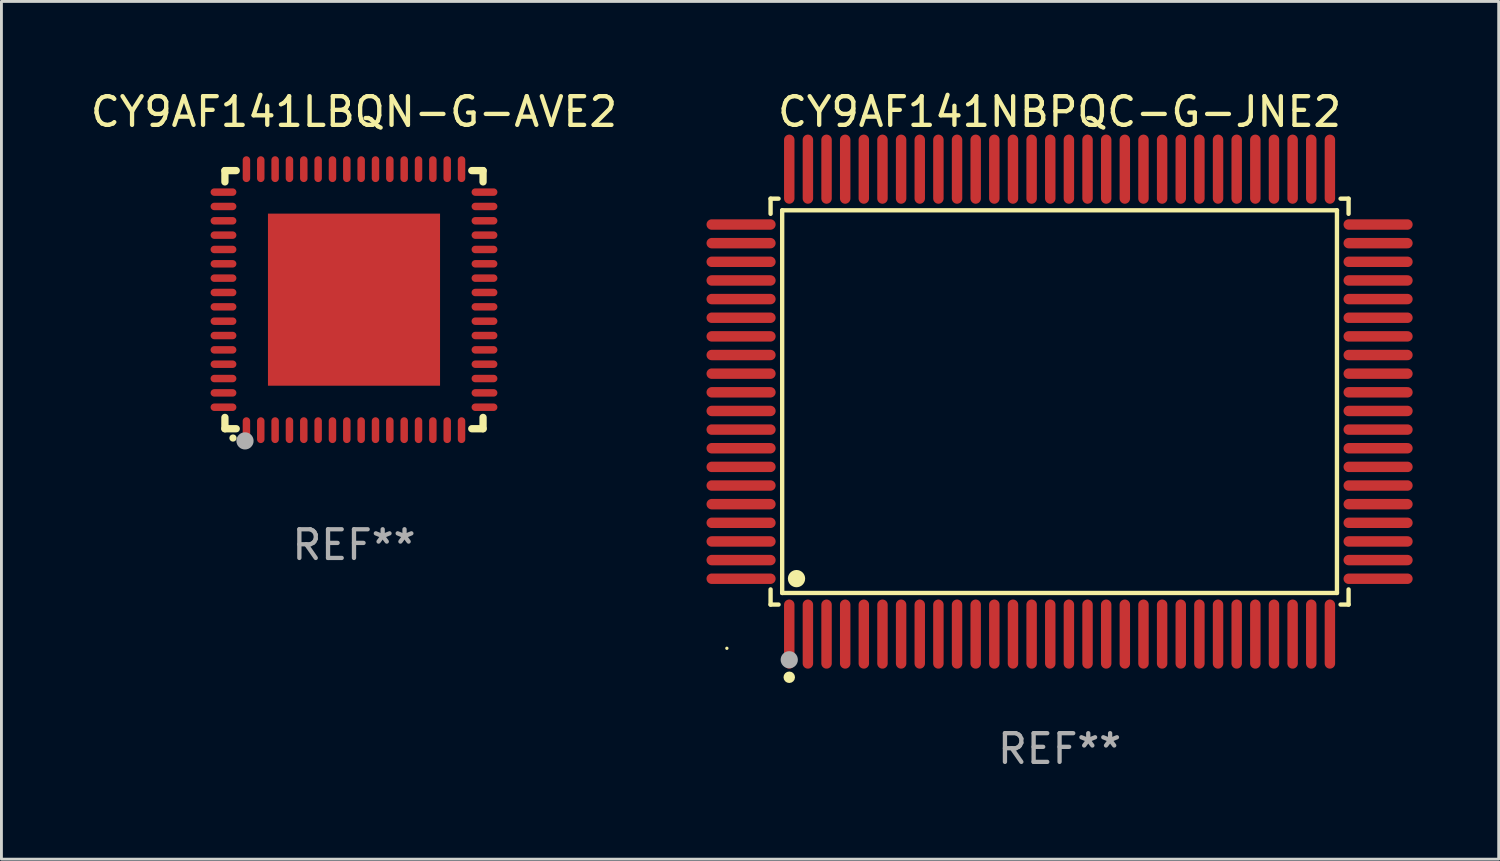
<source format=kicad_pcb>
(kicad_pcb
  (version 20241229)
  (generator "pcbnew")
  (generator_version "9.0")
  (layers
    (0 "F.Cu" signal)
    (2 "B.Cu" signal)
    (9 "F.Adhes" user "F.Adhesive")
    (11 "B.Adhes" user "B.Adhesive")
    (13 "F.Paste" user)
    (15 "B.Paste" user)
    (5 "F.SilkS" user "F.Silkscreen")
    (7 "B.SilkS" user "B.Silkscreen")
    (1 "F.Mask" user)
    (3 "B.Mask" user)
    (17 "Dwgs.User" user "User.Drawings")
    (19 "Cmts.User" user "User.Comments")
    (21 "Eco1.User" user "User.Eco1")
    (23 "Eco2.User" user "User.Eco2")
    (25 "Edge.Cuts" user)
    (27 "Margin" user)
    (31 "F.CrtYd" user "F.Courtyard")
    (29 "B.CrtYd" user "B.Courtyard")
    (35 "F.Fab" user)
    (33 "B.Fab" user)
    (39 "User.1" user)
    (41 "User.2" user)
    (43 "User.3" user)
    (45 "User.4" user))
  (footprint "CY9AF141LBQN-G-AVE2"
    (layer "F.Cu")
    (at 9.292 7.398)
    (property "Reference" "CY9AF141LBQN-G-AVE2" (at 0 -6.55 0) (layer "F.SilkS") (effects (font (size 1 1) (thickness 0.15))))
    (attr through_hole)
    (fp_line (start -4.5 -4.5) (end -4.106 -4.5) (stroke (width 0.254) (type solid)) (layer "F.SilkS"))
    (fp_line (start -4.5 -4.106) (end -4.5 -4.5) (stroke (width 0.254) (type solid)) (layer "F.SilkS"))
    (fp_line (start -4.5 4.5) (end -4.5 4.106) (stroke (width 0.254) (type solid)) (layer "F.SilkS"))
    (fp_line (start -4.106 4.5) (end -4.5 4.5) (stroke (width 0.254) (type solid)) (layer "F.SilkS"))
    (fp_line (start 4.106 -4.5) (end 4.5 -4.5) (stroke (width 0.254) (type solid)) (layer "F.SilkS"))
    (fp_line (start 4.5 -4.5) (end 4.5 -4.106) (stroke (width 0.254) (type solid)) (layer "F.SilkS"))
    (fp_line (start 4.5 4.106) (end 4.5 4.5) (stroke (width 0.254) (type solid)) (layer "F.SilkS"))
    (fp_line (start 4.5 4.5) (end 4.106 4.5) (stroke (width 0.254) (type solid)) (layer "F.SilkS"))
    (fp_arc (start -4.220041 4.824308) (mid -4.218771 4.824302) (end -4.217501 4.824308) (stroke (width 0.24892) (type solid)) (layer "F.SilkS"))
    (fp_circle (center -4.5 4.5) (end -4.47 4.5) (stroke (width 0.06) (type solid)) (fill no) (layer "F.SilkS"))
    (fp_circle (center -3.8 4.924) (end -3.65 4.924) (stroke (width 0.3) (type solid)) (fill no) (layer "F.Fab"))
    (fp_text user "REF**" (at 0 8.55 0) (layer "F.Fab") (effects (font (size 1 1) (thickness 0.15))))
    (pad "1" smd oval (at -3.75 4.55 90) (size 0.9 0.26) (layers "F.Cu" "F.Mask" "F.Paste"))
    (pad "2" smd oval (at -3.25 4.55 90) (size 0.9 0.26) (layers "F.Cu" "F.Mask" "F.Paste"))
    (pad "3" smd oval (at -2.75 4.55 90) (size 0.9 0.26) (layers "F.Cu" "F.Mask" "F.Paste"))
    (pad "4" smd oval (at -2.25 4.55 90) (size 0.9 0.26) (layers "F.Cu" "F.Mask" "F.Paste"))
    (pad "5" smd oval (at -1.75 4.55 90) (size 0.9 0.26) (layers "F.Cu" "F.Mask" "F.Paste"))
    (pad "6" smd oval (at -1.25 4.55 90) (size 0.9 0.26) (layers "F.Cu" "F.Mask" "F.Paste"))
    (pad "7" smd oval (at -0.75 4.55 90) (size 0.9 0.26) (layers "F.Cu" "F.Mask" "F.Paste"))
    (pad "8" smd oval (at -0.25 4.55 90) (size 0.9 0.26) (layers "F.Cu" "F.Mask" "F.Paste"))
    (pad "9" smd oval (at 0.25 4.55 90) (size 0.9 0.26) (layers "F.Cu" "F.Mask" "F.Paste"))
    (pad "10" smd oval (at 0.75 4.55 90) (size 0.9 0.26) (layers "F.Cu" "F.Mask" "F.Paste"))
    (pad "11" smd oval (at 1.25 4.55 90) (size 0.9 0.26) (layers "F.Cu" "F.Mask" "F.Paste"))
    (pad "12" smd oval (at 1.75 4.55 90) (size 0.9 0.26) (layers "F.Cu" "F.Mask" "F.Paste"))
    (pad "13" smd oval (at 2.25 4.55 90) (size 0.9 0.26) (layers "F.Cu" "F.Mask" "F.Paste"))
    (pad "14" smd oval (at 2.75 4.55 90) (size 0.9 0.26) (layers "F.Cu" "F.Mask" "F.Paste"))
    (pad "15" smd oval (at 3.25 4.55 90) (size 0.9 0.26) (layers "F.Cu" "F.Mask" "F.Paste"))
    (pad "16" smd oval (at 3.75 4.55 90) (size 0.9 0.26) (layers "F.Cu" "F.Mask" "F.Paste"))
    (pad "17" smd oval (at 4.55 3.75 90) (size 0.26 0.9) (layers "F.Cu" "F.Mask" "F.Paste"))
    (pad "18" smd oval (at 4.55 3.25 90) (size 0.26 0.9) (layers "F.Cu" "F.Mask" "F.Paste"))
    (pad "19" smd oval (at 4.55 2.75 90) (size 0.26 0.9) (layers "F.Cu" "F.Mask" "F.Paste"))
    (pad "20" smd oval (at 4.55 2.25 90) (size 0.26 0.9) (layers "F.Cu" "F.Mask" "F.Paste"))
    (pad "21" smd oval (at 4.55 1.75 90) (size 0.26 0.9) (layers "F.Cu" "F.Mask" "F.Paste"))
    (pad "22" smd oval (at 4.55 1.25 90) (size 0.26 0.9) (layers "F.Cu" "F.Mask" "F.Paste"))
    (pad "23" smd oval (at 4.55 0.75 90) (size 0.26 0.9) (layers "F.Cu" "F.Mask" "F.Paste"))
    (pad "24" smd oval (at 4.55 0.25 90) (size 0.26 0.9) (layers "F.Cu" "F.Mask" "F.Paste"))
    (pad "25" smd oval (at 4.55 -0.25 90) (size 0.26 0.9) (layers "F.Cu" "F.Mask" "F.Paste"))
    (pad "26" smd oval (at 4.55 -0.75 90) (size 0.26 0.9) (layers "F.Cu" "F.Mask" "F.Paste"))
    (pad "27" smd oval (at 4.55 -1.25 90) (size 0.26 0.9) (layers "F.Cu" "F.Mask" "F.Paste"))
    (pad "28" smd oval (at 4.55 -1.75 90) (size 0.26 0.9) (layers "F.Cu" "F.Mask" "F.Paste"))
    (pad "29" smd oval (at 4.55 -2.25 90) (size 0.26 0.9) (layers "F.Cu" "F.Mask" "F.Paste"))
    (pad "30" smd oval (at 4.55 -2.75 90) (size 0.26 0.9) (layers "F.Cu" "F.Mask" "F.Paste"))
    (pad "31" smd oval (at 4.55 -3.25 90) (size 0.26 0.9) (layers "F.Cu" "F.Mask" "F.Paste"))
    (pad "32" smd oval (at 4.55 -3.75 90) (size 0.26 0.9) (layers "F.Cu" "F.Mask" "F.Paste"))
    (pad "33" smd oval (at 3.75 -4.55 90) (size 0.9 0.26) (layers "F.Cu" "F.Mask" "F.Paste"))
    (pad "34" smd oval (at 3.25 -4.55 90) (size 0.9 0.26) (layers "F.Cu" "F.Mask" "F.Paste"))
    (pad "35" smd oval (at 2.75 -4.55 90) (size 0.9 0.26) (layers "F.Cu" "F.Mask" "F.Paste"))
    (pad "36" smd oval (at 2.25 -4.55 90) (size 0.9 0.26) (layers "F.Cu" "F.Mask" "F.Paste"))
    (pad "37" smd oval (at 1.75 -4.55 90) (size 0.9 0.26) (layers "F.Cu" "F.Mask" "F.Paste"))
    (pad "38" smd oval (at 1.25 -4.55 90) (size 0.9 0.26) (layers "F.Cu" "F.Mask" "F.Paste"))
    (pad "39" smd oval (at 0.75 -4.55 90) (size 0.9 0.26) (layers "F.Cu" "F.Mask" "F.Paste"))
    (pad "40" smd oval (at 0.25 -4.55 90) (size 0.9 0.26) (layers "F.Cu" "F.Mask" "F.Paste"))
    (pad "41" smd oval (at -0.25 -4.55 90) (size 0.9 0.26) (layers "F.Cu" "F.Mask" "F.Paste"))
    (pad "42" smd oval (at -0.75 -4.55 90) (size 0.9 0.26) (layers "F.Cu" "F.Mask" "F.Paste"))
    (pad "43" smd oval (at -1.25 -4.55 90) (size 0.9 0.26) (layers "F.Cu" "F.Mask" "F.Paste"))
    (pad "44" smd oval (at -1.75 -4.55 90) (size 0.9 0.26) (layers "F.Cu" "F.Mask" "F.Paste"))
    (pad "45" smd oval (at -2.25 -4.55 90) (size 0.9 0.26) (layers "F.Cu" "F.Mask" "F.Paste"))
    (pad "46" smd oval (at -2.75 -4.55 90) (size 0.9 0.26) (layers "F.Cu" "F.Mask" "F.Paste"))
    (pad "47" smd oval (at -3.25 -4.55 90) (size 0.9 0.26) (layers "F.Cu" "F.Mask" "F.Paste"))
    (pad "48" smd oval (at -3.75 -4.55 90) (size 0.9 0.26) (layers "F.Cu" "F.Mask" "F.Paste"))
    (pad "49" smd oval (at -4.55 -3.75 90) (size 0.26 0.9) (layers "F.Cu" "F.Mask" "F.Paste"))
    (pad "50" smd oval (at -4.55 -3.25 90) (size 0.26 0.9) (layers "F.Cu" "F.Mask" "F.Paste"))
    (pad "51" smd oval (at -4.55 -2.75 90) (size 0.26 0.9) (layers "F.Cu" "F.Mask" "F.Paste"))
    (pad "52" smd oval (at -4.55 -2.25 90) (size 0.26 0.9) (layers "F.Cu" "F.Mask" "F.Paste"))
    (pad "53" smd oval (at -4.55 -1.75 90) (size 0.26 0.9) (layers "F.Cu" "F.Mask" "F.Paste"))
    (pad "54" smd oval (at -4.55 -1.25 90) (size 0.26 0.9) (layers "F.Cu" "F.Mask" "F.Paste"))
    (pad "55" smd oval (at -4.55 -0.75 90) (size 0.26 0.9) (layers "F.Cu" "F.Mask" "F.Paste"))
    (pad "56" smd oval (at -4.55 -0.25 90) (size 0.26 0.9) (layers "F.Cu" "F.Mask" "F.Paste"))
    (pad "57" smd oval (at -4.55 0.25 90) (size 0.26 0.9) (layers "F.Cu" "F.Mask" "F.Paste"))
    (pad "58" smd oval (at -4.55 0.75 90) (size 0.26 0.9) (layers "F.Cu" "F.Mask" "F.Paste"))
    (pad "59" smd oval (at -4.55 1.25 90) (size 0.26 0.9) (layers "F.Cu" "F.Mask" "F.Paste"))
    (pad "60" smd oval (at -4.55 1.75 90) (size 0.26 0.9) (layers "F.Cu" "F.Mask" "F.Paste"))
    (pad "61" smd oval (at -4.55 2.25 90) (size 0.26 0.9) (layers "F.Cu" "F.Mask" "F.Paste"))
    (pad "62" smd oval (at -4.55 2.75 90) (size 0.26 0.9) (layers "F.Cu" "F.Mask" "F.Paste"))
    (pad "63" smd oval (at -4.55 3.25 90) (size 0.26 0.9) (layers "F.Cu" "F.Mask" "F.Paste"))
    (pad "64" smd oval (at -4.55 3.75 90) (size 0.26 0.9) (layers "F.Cu" "F.Mask" "F.Paste"))
    (pad "65" smd rect (at 0.000381 0 90) (size 6 6) (layers "F.Cu" "F.Mask" "F.Paste")))
  (footprint "CY9AF141NBPQC-G-JNE2"
    (layer "F.Cu")
    (at 33.893 10.953)
    (property "Reference" "CY9AF141NBPQC-G-JNE2" (at 0 -10.105 0) (layer "F.SilkS") (effects (font (size 1 1) (thickness 0.15))))
    (attr through_hole)
    (fp_line (start -10.076 -7.076) (end -9.798 -7.076) (stroke (width 0.152) (type solid)) (layer "F.SilkS"))
    (fp_line (start -10.076 -6.548) (end -10.076 -7.076) (stroke (width 0.152) (type solid)) (layer "F.SilkS"))
    (fp_line (start -10.076 6.548) (end -10.076 7.076) (stroke (width 0.152) (type solid)) (layer "F.SilkS"))
    (fp_line (start -10.076 7.076) (end -9.798 7.076) (stroke (width 0.152) (type solid)) (layer "F.SilkS"))
    (fp_line (start -9.672 -6.671) (end 9.671 -6.671) (stroke (width 0.152) (type solid)) (layer "F.SilkS"))
    (fp_line (start -9.672 6.671) (end -9.672 -6.671) (stroke (width 0.152) (type solid)) (layer "F.SilkS"))
    (fp_line (start 9.671 -6.671) (end 9.671 6.671) (stroke (width 0.152) (type solid)) (layer "F.SilkS"))
    (fp_line (start 9.671 6.671) (end -9.672 6.671) (stroke (width 0.152) (type solid)) (layer "F.SilkS"))
    (fp_line (start 10.076 -7.076) (end 9.797 -7.076) (stroke (width 0.152) (type solid)) (layer "F.SilkS"))
    (fp_line (start 10.076 -6.548) (end 10.076 -7.076) (stroke (width 0.152) (type solid)) (layer "F.SilkS"))
    (fp_line (start 10.076 6.548) (end 10.076 7.076) (stroke (width 0.152) (type solid)) (layer "F.SilkS"))
    (fp_line (start 10.076 7.076) (end 9.797 7.076) (stroke (width 0.152) (type solid)) (layer "F.SilkS"))
    (fp_circle (center -11.6 8.6) (end -11.57 8.6) (stroke (width 0.06) (type solid)) (fill no) (layer "F.SilkS"))
    (fp_circle (center -9.425 9.61) (end -9.325 9.61) (stroke (width 0.2) (type solid)) (fill no) (layer "F.SilkS"))
    (fp_circle (center -9.172 6.171) (end -9.021 6.171) (stroke (width 0.3) (type solid)) (fill no) (layer "F.SilkS"))
    (fp_circle (center -9.425 9) (end -9.275 9) (stroke (width 0.3) (type solid)) (fill no) (layer "F.Fab"))
    (fp_text user "REF**" (at 0 12.105 0) (layer "F.Fab") (effects (font (size 1 1) (thickness 0.15))))
    (pad "1" smd oval (at -9.425 8.105) (size 0.364 2.41) (layers "F.Cu" "F.Mask" "F.Paste"))
    (pad "2" smd oval (at -8.775 8.105) (size 0.364 2.41) (layers "F.Cu" "F.Mask" "F.Paste"))
    (pad "3" smd oval (at -8.125 8.105) (size 0.364 2.41) (layers "F.Cu" "F.Mask" "F.Paste"))
    (pad "4" smd oval (at -7.475 8.105) (size 0.364 2.41) (layers "F.Cu" "F.Mask" "F.Paste"))
    (pad "5" smd oval (at -6.825 8.105) (size 0.364 2.41) (layers "F.Cu" "F.Mask" "F.Paste"))
    (pad "6" smd oval (at -6.175 8.105) (size 0.364 2.41) (layers "F.Cu" "F.Mask" "F.Paste"))
    (pad "7" smd oval (at -5.525 8.105) (size 0.364 2.41) (layers "F.Cu" "F.Mask" "F.Paste"))
    (pad "8" smd oval (at -4.875 8.105) (size 0.364 2.41) (layers "F.Cu" "F.Mask" "F.Paste"))
    (pad "9" smd oval (at -4.225 8.105) (size 0.364 2.41) (layers "F.Cu" "F.Mask" "F.Paste"))
    (pad "10" smd oval (at -3.575 8.105) (size 0.364 2.41) (layers "F.Cu" "F.Mask" "F.Paste"))
    (pad "11" smd oval (at -2.925 8.105) (size 0.364 2.41) (layers "F.Cu" "F.Mask" "F.Paste"))
    (pad "12" smd oval (at -2.275 8.105) (size 0.364 2.41) (layers "F.Cu" "F.Mask" "F.Paste"))
    (pad "13" smd oval (at -1.625 8.105) (size 0.364 2.41) (layers "F.Cu" "F.Mask" "F.Paste"))
    (pad "14" smd oval (at -0.975 8.105) (size 0.364 2.41) (layers "F.Cu" "F.Mask" "F.Paste"))
    (pad "15" smd oval (at -0.325 8.105) (size 0.364 2.41) (layers "F.Cu" "F.Mask" "F.Paste"))
    (pad "16" smd oval (at 0.325 8.105) (size 0.364 2.41) (layers "F.Cu" "F.Mask" "F.Paste"))
    (pad "17" smd oval (at 0.975 8.105) (size 0.364 2.41) (layers "F.Cu" "F.Mask" "F.Paste"))
    (pad "18" smd oval (at 1.625 8.105) (size 0.364 2.41) (layers "F.Cu" "F.Mask" "F.Paste"))
    (pad "19" smd oval (at 2.275 8.105) (size 0.364 2.41) (layers "F.Cu" "F.Mask" "F.Paste"))
    (pad "20" smd oval (at 2.925 8.105) (size 0.364 2.41) (layers "F.Cu" "F.Mask" "F.Paste"))
    (pad "21" smd oval (at 3.575 8.105) (size 0.364 2.41) (layers "F.Cu" "F.Mask" "F.Paste"))
    (pad "22" smd oval (at 4.225 8.105) (size 0.364 2.41) (layers "F.Cu" "F.Mask" "F.Paste"))
    (pad "23" smd oval (at 4.875 8.105) (size 0.364 2.41) (layers "F.Cu" "F.Mask" "F.Paste"))
    (pad "24" smd oval (at 5.525 8.105) (size 0.364 2.41) (layers "F.Cu" "F.Mask" "F.Paste"))
    (pad "25" smd oval (at 6.175 8.105) (size 0.364 2.41) (layers "F.Cu" "F.Mask" "F.Paste"))
    (pad "26" smd oval (at 6.825 8.105) (size 0.364 2.41) (layers "F.Cu" "F.Mask" "F.Paste"))
    (pad "27" smd oval (at 7.475 8.105) (size 0.364 2.41) (layers "F.Cu" "F.Mask" "F.Paste"))
    (pad "28" smd oval (at 8.125 8.105) (size 0.364 2.41) (layers "F.Cu" "F.Mask" "F.Paste"))
    (pad "29" smd oval (at 8.775 8.105) (size 0.364 2.41) (layers "F.Cu" "F.Mask" "F.Paste"))
    (pad "30" smd oval (at 9.425 8.105) (size 0.364 2.41) (layers "F.Cu" "F.Mask" "F.Paste"))
    (pad "31" smd oval (at 11.105 6.175) (size 2.41 0.364) (layers "F.Cu" "F.Mask" "F.Paste"))
    (pad "32" smd oval (at 11.105 5.525) (size 2.41 0.364) (layers "F.Cu" "F.Mask" "F.Paste"))
    (pad "33" smd oval (at 11.105 4.875) (size 2.41 0.364) (layers "F.Cu" "F.Mask" "F.Paste"))
    (pad "34" smd oval (at 11.105 4.225) (size 2.41 0.364) (layers "F.Cu" "F.Mask" "F.Paste"))
    (pad "35" smd oval (at 11.105 3.575) (size 2.41 0.364) (layers "F.Cu" "F.Mask" "F.Paste"))
    (pad "36" smd oval (at 11.105 2.925) (size 2.41 0.364) (layers "F.Cu" "F.Mask" "F.Paste"))
    (pad "37" smd oval (at 11.105 2.275) (size 2.41 0.364) (layers "F.Cu" "F.Mask" "F.Paste"))
    (pad "38" smd oval (at 11.105 1.625) (size 2.41 0.364) (layers "F.Cu" "F.Mask" "F.Paste"))
    (pad "39" smd oval (at 11.105 0.975) (size 2.41 0.364) (layers "F.Cu" "F.Mask" "F.Paste"))
    (pad "40" smd oval (at 11.105 0.325) (size 2.41 0.364) (layers "F.Cu" "F.Mask" "F.Paste"))
    (pad "41" smd oval (at 11.105 -0.325) (size 2.41 0.364) (layers "F.Cu" "F.Mask" "F.Paste"))
    (pad "42" smd oval (at 11.105 -0.975) (size 2.41 0.364) (layers "F.Cu" "F.Mask" "F.Paste"))
    (pad "43" smd oval (at 11.105 -1.625) (size 2.41 0.364) (layers "F.Cu" "F.Mask" "F.Paste"))
    (pad "44" smd oval (at 11.105 -2.275) (size 2.41 0.364) (layers "F.Cu" "F.Mask" "F.Paste"))
    (pad "45" smd oval (at 11.105 -2.925) (size 2.41 0.364) (layers "F.Cu" "F.Mask" "F.Paste"))
    (pad "46" smd oval (at 11.105 -3.575) (size 2.41 0.364) (layers "F.Cu" "F.Mask" "F.Paste"))
    (pad "47" smd oval (at 11.105 -4.225) (size 2.41 0.364) (layers "F.Cu" "F.Mask" "F.Paste"))
    (pad "48" smd oval (at 11.105 -4.875) (size 2.41 0.364) (layers "F.Cu" "F.Mask" "F.Paste"))
    (pad "49" smd oval (at 11.105 -5.525) (size 2.41 0.364) (layers "F.Cu" "F.Mask" "F.Paste"))
    (pad "50" smd oval (at 11.105 -6.175) (size 2.41 0.364) (layers "F.Cu" "F.Mask" "F.Paste"))
    (pad "51" smd oval (at 9.425 -8.105) (size 0.364 2.41) (layers "F.Cu" "F.Mask" "F.Paste"))
    (pad "52" smd oval (at 8.775 -8.105) (size 0.364 2.41) (layers "F.Cu" "F.Mask" "F.Paste"))
    (pad "53" smd oval (at 8.125 -8.105) (size 0.364 2.41) (layers "F.Cu" "F.Mask" "F.Paste"))
    (pad "54" smd oval (at 7.475 -8.105) (size 0.364 2.41) (layers "F.Cu" "F.Mask" "F.Paste"))
    (pad "55" smd oval (at 6.825 -8.105) (size 0.364 2.41) (layers "F.Cu" "F.Mask" "F.Paste"))
    (pad "56" smd oval (at 6.175 -8.105) (size 0.364 2.41) (layers "F.Cu" "F.Mask" "F.Paste"))
    (pad "57" smd oval (at 5.525 -8.105) (size 0.364 2.41) (layers "F.Cu" "F.Mask" "F.Paste"))
    (pad "58" smd oval (at 4.875 -8.105) (size 0.364 2.41) (layers "F.Cu" "F.Mask" "F.Paste"))
    (pad "59" smd oval (at 4.225 -8.105) (size 0.364 2.41) (layers "F.Cu" "F.Mask" "F.Paste"))
    (pad "60" smd oval (at 3.575 -8.105) (size 0.364 2.41) (layers "F.Cu" "F.Mask" "F.Paste"))
    (pad "61" smd oval (at 2.925 -8.105) (size 0.364 2.41) (layers "F.Cu" "F.Mask" "F.Paste"))
    (pad "62" smd oval (at 2.275 -8.105) (size 0.364 2.41) (layers "F.Cu" "F.Mask" "F.Paste"))
    (pad "63" smd oval (at 1.625 -8.105) (size 0.364 2.41) (layers "F.Cu" "F.Mask" "F.Paste"))
    (pad "64" smd oval (at 0.975 -8.105) (size 0.364 2.41) (layers "F.Cu" "F.Mask" "F.Paste"))
    (pad "65" smd oval (at 0.325 -8.105) (size 0.364 2.41) (layers "F.Cu" "F.Mask" "F.Paste"))
    (pad "66" smd oval (at -0.325 -8.105) (size 0.364 2.41) (layers "F.Cu" "F.Mask" "F.Paste"))
    (pad "67" smd oval (at -0.975 -8.105) (size 0.364 2.41) (layers "F.Cu" "F.Mask" "F.Paste"))
    (pad "68" smd oval (at -1.625 -8.105) (size 0.364 2.41) (layers "F.Cu" "F.Mask" "F.Paste"))
    (pad "69" smd oval (at -2.275 -8.105) (size 0.364 2.41) (layers "F.Cu" "F.Mask" "F.Paste"))
    (pad "70" smd oval (at -2.925 -8.105) (size 0.364 2.41) (layers "F.Cu" "F.Mask" "F.Paste"))
    (pad "71" smd oval (at -3.575 -8.105) (size 0.364 2.41) (layers "F.Cu" "F.Mask" "F.Paste"))
    (pad "72" smd oval (at -4.225 -8.105) (size 0.364 2.41) (layers "F.Cu" "F.Mask" "F.Paste"))
    (pad "73" smd oval (at -4.875 -8.105) (size 0.364 2.41) (layers "F.Cu" "F.Mask" "F.Paste"))
    (pad "74" smd oval (at -5.525 -8.105) (size 0.364 2.41) (layers "F.Cu" "F.Mask" "F.Paste"))
    (pad "75" smd oval (at -6.175 -8.105) (size 0.364 2.41) (layers "F.Cu" "F.Mask" "F.Paste"))
    (pad "76" smd oval (at -6.825 -8.105) (size 0.364 2.41) (layers "F.Cu" "F.Mask" "F.Paste"))
    (pad "77" smd oval (at -7.475 -8.105) (size 0.364 2.41) (layers "F.Cu" "F.Mask" "F.Paste"))
    (pad "78" smd oval (at -8.125 -8.105) (size 0.364 2.41) (layers "F.Cu" "F.Mask" "F.Paste"))
    (pad "79" smd oval (at -8.775 -8.105) (size 0.364 2.41) (layers "F.Cu" "F.Mask" "F.Paste"))
    (pad "80" smd oval (at -9.425 -8.105) (size 0.364 2.41) (layers "F.Cu" "F.Mask" "F.Paste"))
    (pad "81" smd oval (at -11.105 -6.175) (size 2.41 0.364) (layers "F.Cu" "F.Mask" "F.Paste"))
    (pad "82" smd oval (at -11.105 -5.525) (size 2.41 0.364) (layers "F.Cu" "F.Mask" "F.Paste"))
    (pad "83" smd oval (at -11.105 -4.875) (size 2.41 0.364) (layers "F.Cu" "F.Mask" "F.Paste"))
    (pad "84" smd oval (at -11.105 -4.225) (size 2.41 0.364) (layers "F.Cu" "F.Mask" "F.Paste"))
    (pad "85" smd oval (at -11.105 -3.575) (size 2.41 0.364) (layers "F.Cu" "F.Mask" "F.Paste"))
    (pad "86" smd oval (at -11.105 -2.925) (size 2.41 0.364) (layers "F.Cu" "F.Mask" "F.Paste"))
    (pad "87" smd oval (at -11.105 -2.275) (size 2.41 0.364) (layers "F.Cu" "F.Mask" "F.Paste"))
    (pad "88" smd oval (at -11.105 -1.625) (size 2.41 0.364) (layers "F.Cu" "F.Mask" "F.Paste"))
    (pad "89" smd oval (at -11.105 -0.975) (size 2.41 0.364) (layers "F.Cu" "F.Mask" "F.Paste"))
    (pad "90" smd oval (at -11.105 -0.325) (size 2.41 0.364) (layers "F.Cu" "F.Mask" "F.Paste"))
    (pad "91" smd oval (at -11.105 0.325) (size 2.41 0.364) (layers "F.Cu" "F.Mask" "F.Paste"))
    (pad "92" smd oval (at -11.105 0.975) (size 2.41 0.364) (layers "F.Cu" "F.Mask" "F.Paste"))
    (pad "93" smd oval (at -11.105 1.625) (size 2.41 0.364) (layers "F.Cu" "F.Mask" "F.Paste"))
    (pad "94" smd oval (at -11.105 2.275) (size 2.41 0.364) (layers "F.Cu" "F.Mask" "F.Paste"))
    (pad "95" smd oval (at -11.105 2.925) (size 2.41 0.364) (layers "F.Cu" "F.Mask" "F.Paste"))
    (pad "96" smd oval (at -11.105 3.575) (size 2.41 0.364) (layers "F.Cu" "F.Mask" "F.Paste"))
    (pad "97" smd oval (at -11.105 4.225) (size 2.41 0.364) (layers "F.Cu" "F.Mask" "F.Paste"))
    (pad "98" smd oval (at -11.105 4.875) (size 2.41 0.364) (layers "F.Cu" "F.Mask" "F.Paste"))
    (pad "99" smd oval (at -11.105 5.525) (size 2.41 0.364) (layers "F.Cu" "F.Mask" "F.Paste"))
    (pad "100" smd oval (at -11.105 6.175) (size 2.41 0.364) (layers "F.Cu" "F.Mask" "F.Paste")))
  (gr_rect
    (start -3 -3)
    (end 49.203 26.906)
    (stroke (width 0.1) (type default))
    (fill no)
    (layer "Edge.Cuts")))
</source>
